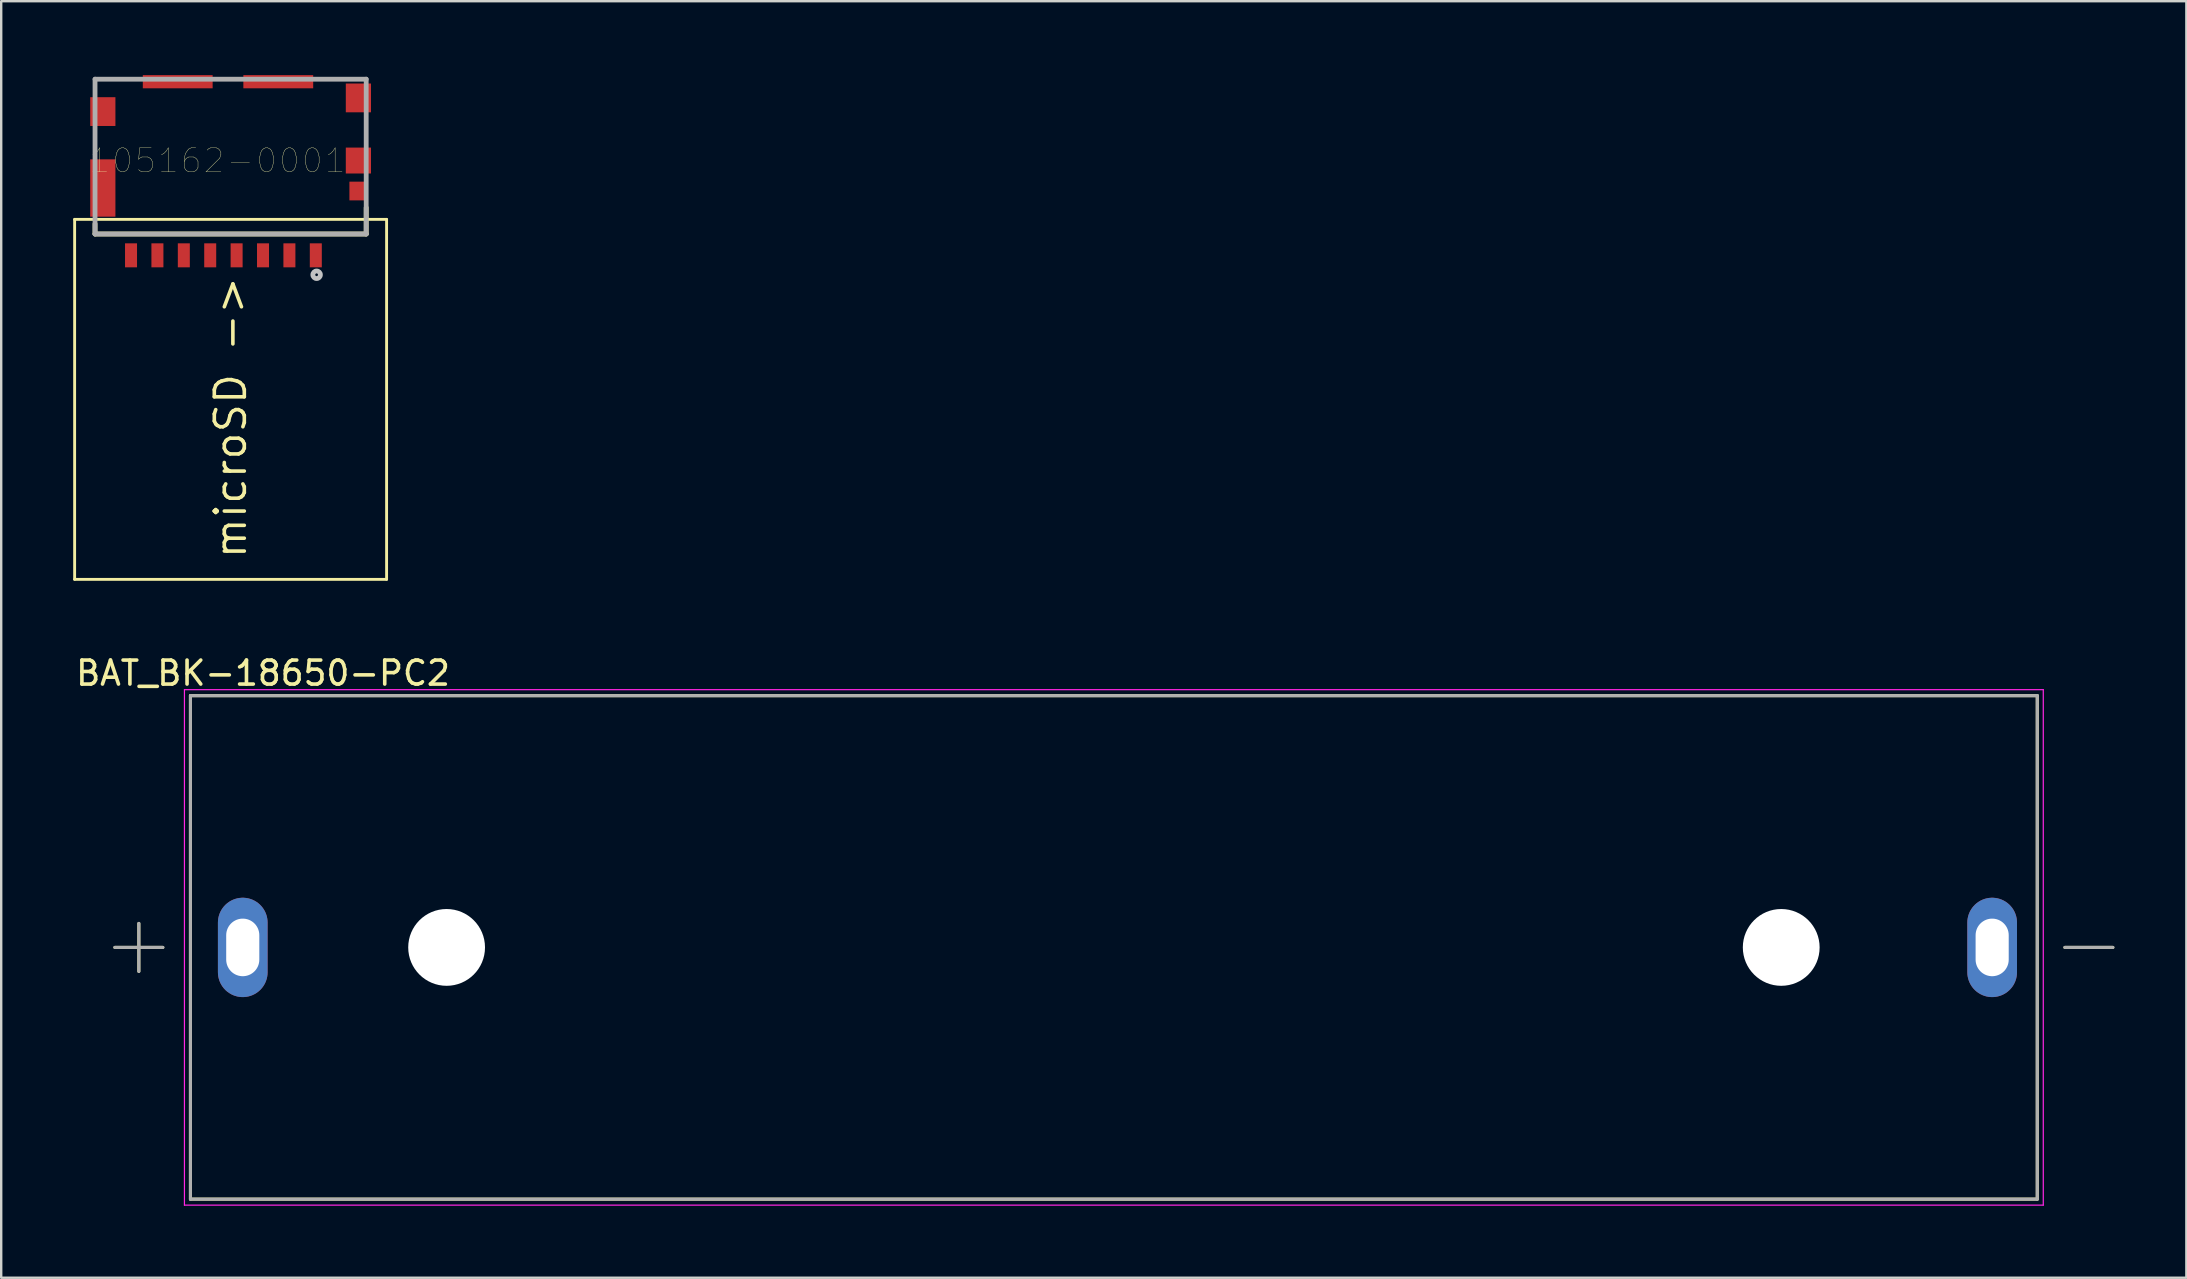
<source format=kicad_pcb>
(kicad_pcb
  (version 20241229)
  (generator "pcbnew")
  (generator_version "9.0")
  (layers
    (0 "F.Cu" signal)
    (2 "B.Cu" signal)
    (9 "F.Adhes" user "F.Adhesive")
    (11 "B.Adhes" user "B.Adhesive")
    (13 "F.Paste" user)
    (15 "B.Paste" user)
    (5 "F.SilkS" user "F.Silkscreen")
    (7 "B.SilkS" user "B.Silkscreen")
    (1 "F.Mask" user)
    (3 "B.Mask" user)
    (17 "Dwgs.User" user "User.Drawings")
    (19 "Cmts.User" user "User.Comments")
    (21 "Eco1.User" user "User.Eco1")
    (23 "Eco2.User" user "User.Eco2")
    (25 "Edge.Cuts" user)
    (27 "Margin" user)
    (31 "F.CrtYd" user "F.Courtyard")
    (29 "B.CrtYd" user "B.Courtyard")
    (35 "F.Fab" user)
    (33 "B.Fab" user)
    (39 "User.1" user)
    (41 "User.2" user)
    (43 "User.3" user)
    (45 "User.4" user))
  (footprint "BAT_BK-18650-PC2"
    (layer "F.Cu")
    (at 43.366 36.43)
    (property "Reference" "BAT_BK-18650-PC2" (at -35.455 -11.43 0) (layer "F.SilkS") (effects (font (size 1 1) (thickness 0.15))))
    (attr through_hole)
    (fp_line (start -41.63 0) (end -39.63 0) (stroke (width 0.127) (type solid)) (layer "F.SilkS"))
    (fp_line (start -40.63 -1) (end -40.63 1) (stroke (width 0.127) (type solid)) (layer "F.SilkS"))
    (fp_line (start -38.48 -10.49) (end 38.48 -10.49) (stroke (width 0.127) (type solid)) (layer "F.SilkS"))
    (fp_line (start -38.48 10.49) (end -38.48 -10.49) (stroke (width 0.127) (type solid)) (layer "F.SilkS"))
    (fp_line (start 38.48 -10.49) (end 38.48 10.49) (stroke (width 0.127) (type solid)) (layer "F.SilkS"))
    (fp_line (start 38.48 10.49) (end -38.48 10.49) (stroke (width 0.127) (type solid)) (layer "F.SilkS"))
    (fp_line (start 39.63 0) (end 41.63 0) (stroke (width 0.127) (type solid)) (layer "F.SilkS"))
    (fp_line (start -38.73 -10.74) (end 38.73 -10.74) (stroke (width 0.05) (type solid)) (layer "F.CrtYd"))
    (fp_line (start -38.73 10.74) (end -38.73 -10.74) (stroke (width 0.05) (type solid)) (layer "F.CrtYd"))
    (fp_line (start 38.73 -10.74) (end 38.73 10.74) (stroke (width 0.05) (type solid)) (layer "F.CrtYd"))
    (fp_line (start 38.73 10.74) (end -38.73 10.74) (stroke (width 0.05) (type solid)) (layer "F.CrtYd"))
    (fp_line (start -41.63 0) (end -39.63 0) (stroke (width 0.127) (type solid)) (layer "F.Fab"))
    (fp_line (start -40.63 -1) (end -40.63 1) (stroke (width 0.127) (type solid)) (layer "F.Fab"))
    (fp_line (start -38.48 -10.49) (end 38.48 -10.49) (stroke (width 0.127) (type solid)) (layer "F.Fab"))
    (fp_line (start -38.48 10.49) (end -38.48 -10.49) (stroke (width 0.127) (type solid)) (layer "F.Fab"))
    (fp_line (start 38.48 -10.49) (end 38.48 10.49) (stroke (width 0.127) (type solid)) (layer "F.Fab"))
    (fp_line (start 38.48 10.49) (end -38.48 10.49) (stroke (width 0.127) (type solid)) (layer "F.Fab"))
    (fp_line (start 39.63 0) (end 41.63 0) (stroke (width 0.127) (type solid)) (layer "F.Fab"))
    (pad "" np_thru_hole circle (at -27.805 0) (size 3.2 3.2) (drill 3.2) (layers "*.Cu" "*.Mask"))
    (pad "" np_thru_hole circle (at 27.81 0) (size 3.2 3.2) (drill 3.2) (layers "*.Cu" "*.Mask"))
    (pad "+" thru_hole oval (at -36.3 0) (size 2.07 4.14) (drill oval 1.38 2.4) (layers "*.Cu" "*.Mask"))
    (pad "-" thru_hole oval (at 36.6 0) (size 2.07 4.14) (drill oval 1.38 2.4) (layers "*.Cu" "*.Mask")))
  (footprint "105162-0001"
    (layer "F.Cu")
    (at 6.56 0.25)
    (property "Reference" "105162-0001" (at -0.549 3.399 0) (layer "F.SilkS") (effects (font (size 1 1) (thickness 0.015))))
    (attr through_hole)
    (fp_line (start -6.5 5.842) (end -6.5 20.842) (stroke (width 0.12) (type solid)) (layer "F.SilkS"))
    (fp_line (start -6.5 5.842) (end 6.5 5.842) (stroke (width 0.12) (type solid)) (layer "F.SilkS"))
    (fp_line (start -6.5 20.842) (end 6.5 20.842) (stroke (width 0.12) (type solid)) (layer "F.SilkS"))
    (fp_line (start -5.65 6.45) (end -5.65 6.028) (stroke (width 0.2) (type solid)) (layer "F.SilkS"))
    (fp_line (start -5.65 6.45) (end 5.65 6.45) (stroke (width 0.2) (type solid)) (layer "F.SilkS"))
    (fp_line (start 5.65 6.45) (end 5.65 5.355) (stroke (width 0.2) (type solid)) (layer "F.SilkS"))
    (fp_line (start 6.5 5.842) (end 6.5 20.842) (stroke (width 0.12) (type solid)) (layer "F.SilkS"))
    (fp_circle (center 3.584 8.15) (end 3.641 8.15) (stroke (width 0.2) (type solid)) (fill no) (layer "Dwgs.User"))
    (fp_line (start -5.65 0) (end 5.65 0) (stroke (width 0.2) (type solid)) (layer "F.Fab"))
    (fp_line (start -5.65 6.45) (end -5.65 0) (stroke (width 0.2) (type solid)) (layer "F.Fab"))
    (fp_line (start 5.65 0) (end 5.65 6.45) (stroke (width 0.2) (type solid)) (layer "F.Fab"))
    (fp_line (start 5.65 6.45) (end -5.65 6.45) (stroke (width 0.2) (type solid)) (layer "F.Fab"))
    (fp_text user "microSD ->" (at 0 14.097 90) (layer "F.SilkS") (effects (font (size 1.25 1.25) (thickness 0.15))))
    (pad "1" smd rect (at 3.55 7.34) (size 0.5 1) (layers "F.Cu" "F.Mask" "F.Paste"))
    (pad "2" smd rect (at 2.45 7.34) (size 0.5 1) (layers "F.Cu" "F.Mask" "F.Paste"))
    (pad "3" smd rect (at 1.35 7.34) (size 0.5 1) (layers "F.Cu" "F.Mask" "F.Paste"))
    (pad "4" smd rect (at 0.25 7.34) (size 0.5 1) (layers "F.Cu" "F.Mask" "F.Paste"))
    (pad "5" smd rect (at -0.85 7.34) (size 0.5 1) (layers "F.Cu" "F.Mask" "F.Paste"))
    (pad "6" smd rect (at -1.95 7.34) (size 0.5 1) (layers "F.Cu" "F.Mask" "F.Paste"))
    (pad "7" smd rect (at -3.05 7.34) (size 0.5 1) (layers "F.Cu" "F.Mask" "F.Paste"))
    (pad "8" smd rect (at -4.15 7.34) (size 0.5 1) (layers "F.Cu" "F.Mask" "F.Paste"))
    (pad "9" smd rect (at 5.31 4.66) (size 0.72 0.78) (layers "F.Cu" "F.Mask" "F.Paste"))
    (pad "10" smd rect (at 5.325 3.39) (size 1.05 1.08) (layers "F.Cu" "F.Mask" "F.Paste"))
    (pad "11" smd rect (at 5.325 0.78) (size 1.05 1.2) (layers "F.Cu" "F.Mask" "F.Paste"))
    (pad "12" smd rect (at -5.325 1.35) (size 1.05 1.2) (layers "F.Cu" "F.Mask" "F.Paste"))
    (pad "13" smd rect (at -5.325 4.535) (size 1.05 2.39) (layers "F.Cu" "F.Mask" "F.Paste"))
    (pad "14" smd rect (at 1.986 0.105) (size 2.91 0.55) (layers "F.Cu" "F.Mask" "F.Paste"))
    (pad "15" smd rect (at -2.204 0.105) (size 2.91 0.55) (layers "F.Cu" "F.Mask" "F.Paste")))
  (gr_rect
    (start -3 -3)
    (end 88.059 50.195)
    (stroke (width 0.1) (type default))
    (fill no)
    (layer "Edge.Cuts")))
</source>
